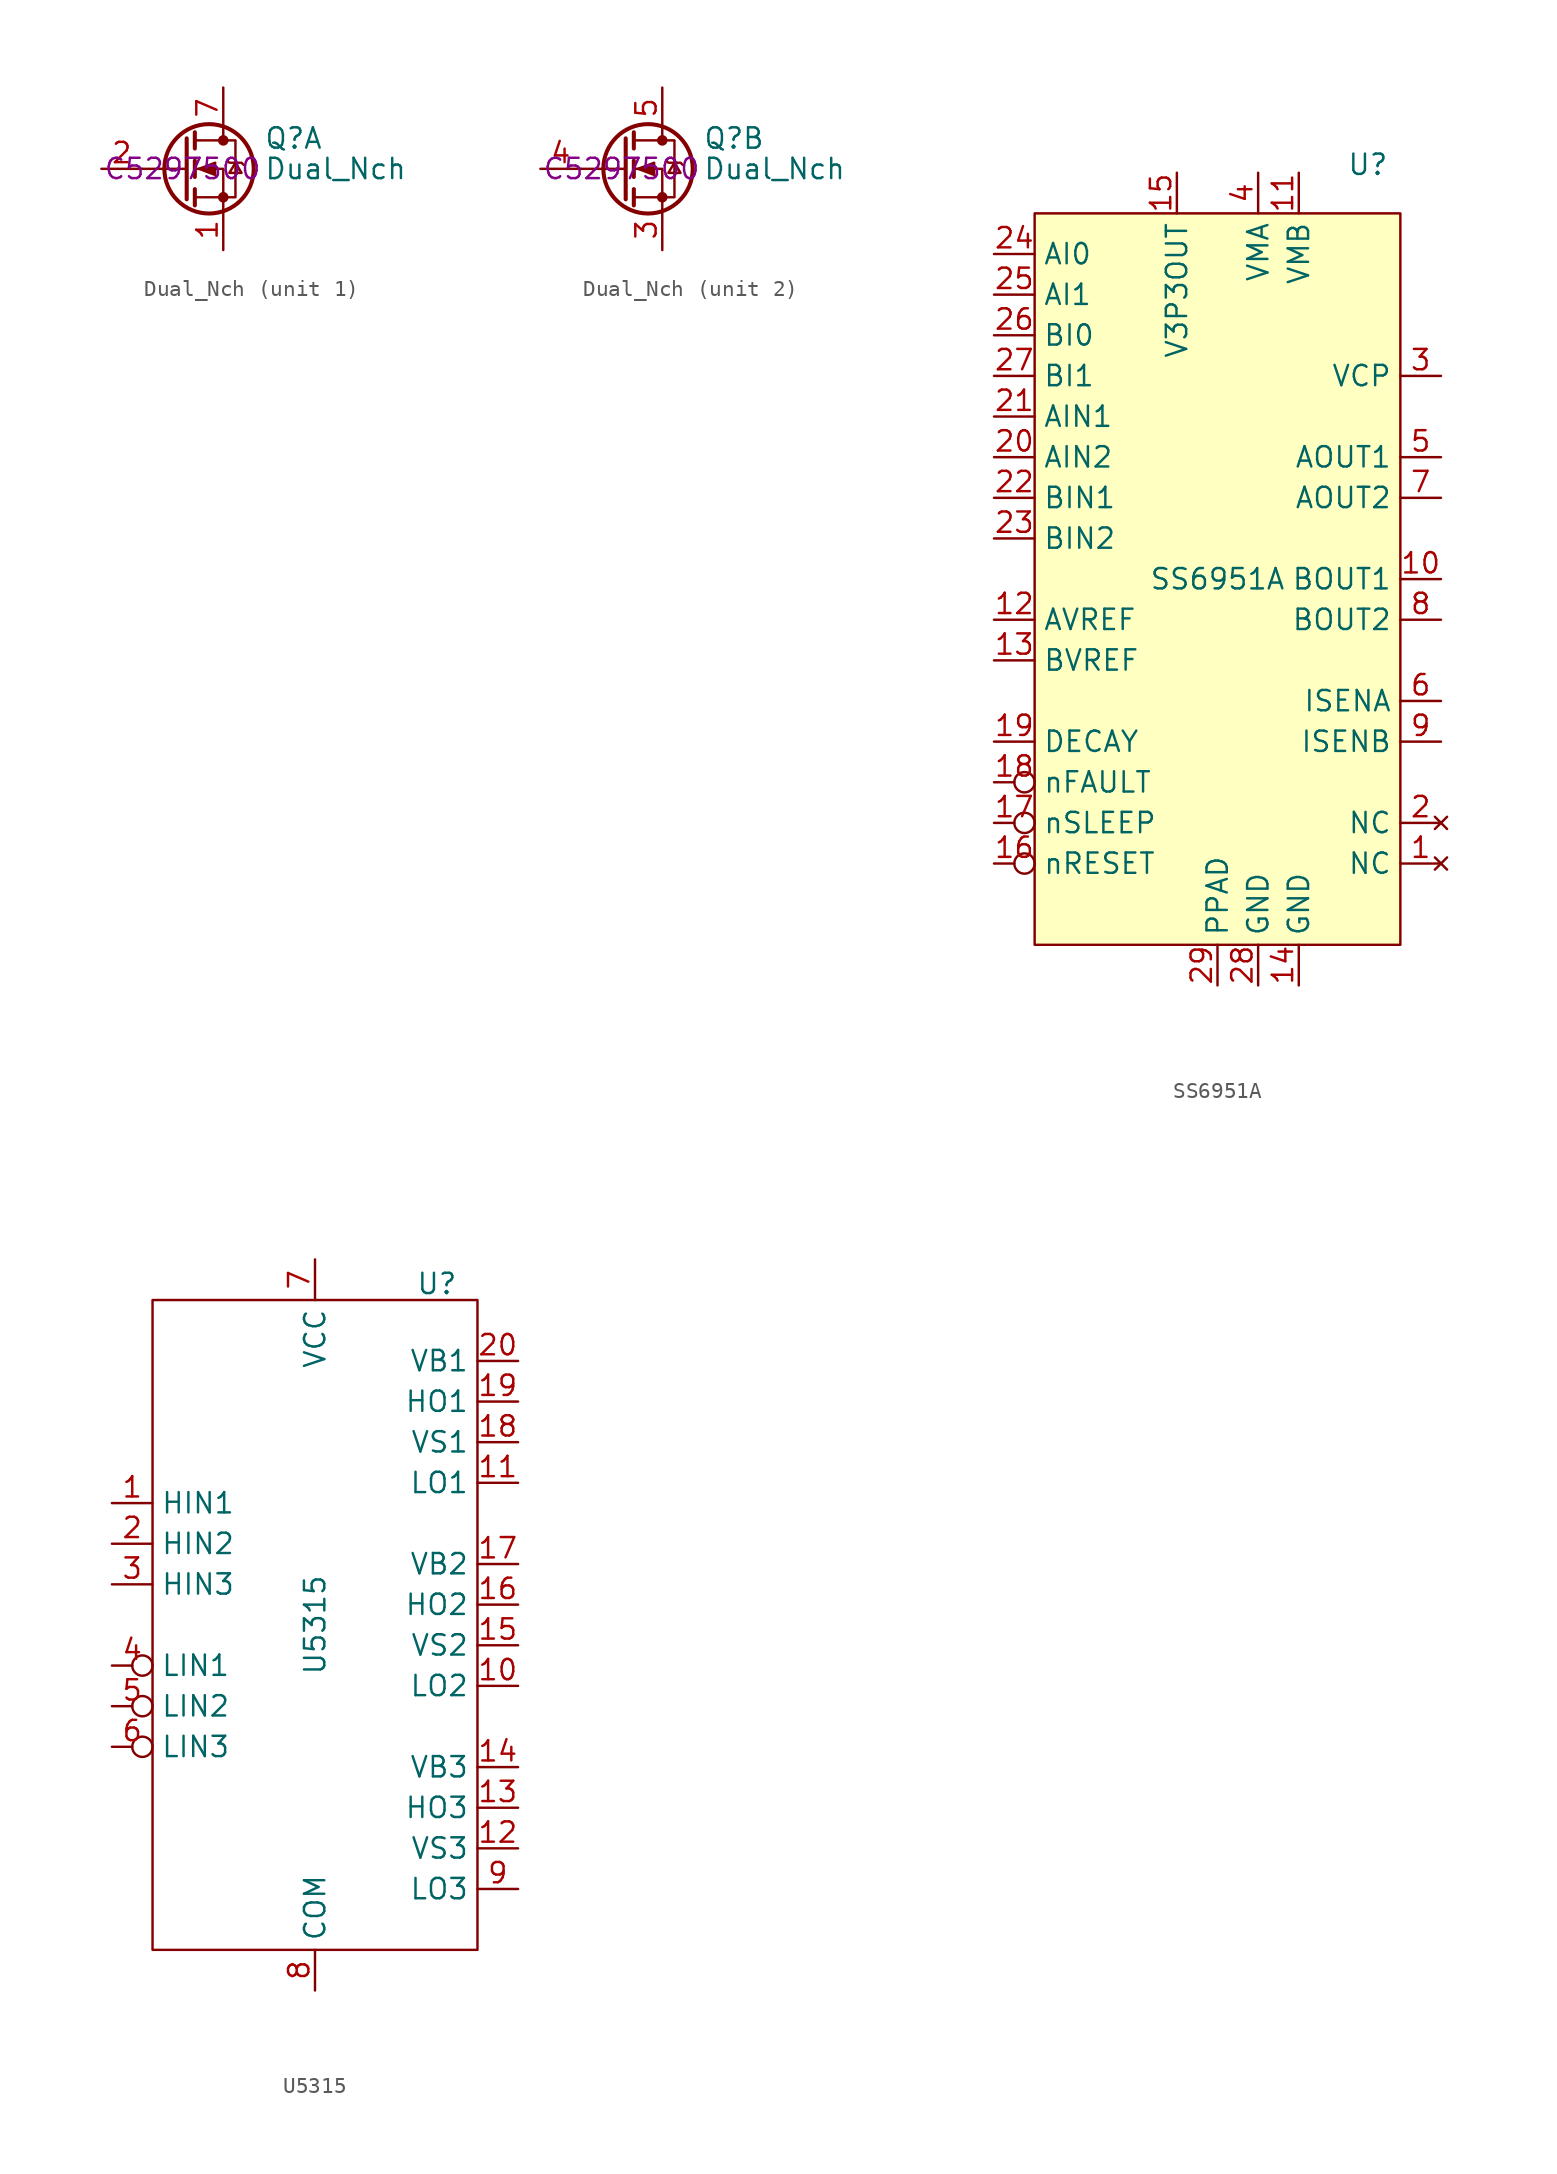
<source format=kicad_sym>
(kicad_symbol_lib
  (version 20231120)
  (generator "kicad_symbol_editor")
  (generator_version "8.0")
  (symbol "Dual_Nch"
    (pin_names hide)
    (property "Reference" "Q"
      (at 5.08 1.905 0)
      (effects (font (size 1.27 1.27)) (justify left)))
    (property "Value" "Dual_Nch"
      (at 5.08 0 0)
      (effects (font (size 1.27 1.27)) (justify left)))
    (property "LCSC" "C5297500"
      (at 0 0 0)
      (effects (font (size 1.27 1.27))))
    (symbol "Dual_Nch_0_1"
      (polyline (pts (xy 0.254 0) (xy -2.54 0)) (stroke (width 0) (type default)) (fill (type none)))
      (polyline (pts (xy 0.254 1.905) (xy 0.254 -1.905)) (stroke (width 0.254) (type default)) (fill (type none)))
      (polyline (pts (xy 0.762 -1.27) (xy 0.762 -2.286)) (stroke (width 0.254) (type default)) (fill (type none)))
      (polyline (pts (xy 0.762 0.508) (xy 0.762 -0.508)) (stroke (width 0.254) (type default)) (fill (type none)))
      (polyline (pts (xy 0.762 2.286) (xy 0.762 1.27)) (stroke (width 0.254) (type default)) (fill (type none)))
      (polyline (pts (xy 2.54 2.54) (xy 2.54 1.778)) (stroke (width 0) (type default)) (fill (type none)))
      (polyline (pts (xy 2.54 -2.54) (xy 2.54 0) (xy 0.762 0)) (stroke (width 0) (type default)) (fill (type none)))
      (polyline (pts (xy 0.762 -1.778) (xy 3.302 -1.778) (xy 3.302 1.778) (xy 0.762 1.778)) (stroke (width 0) (type default)) (fill (type none)))
      (polyline (pts (xy 1.016 0) (xy 2.032 0.381) (xy 2.032 -0.381) (xy 1.016 0)) (stroke (width 0) (type default)) (fill (type outline)))
      (polyline (pts (xy 2.794 0.508) (xy 2.921 0.381) (xy 3.683 0.381) (xy 3.81 0.254)) (stroke (width 0) (type default)) (fill (type none)))
      (polyline (pts (xy 3.302 0.381) (xy 2.921 -0.254) (xy 3.683 -0.254) (xy 3.302 0.381)) (stroke (width 0) (type default)) (fill (type none)))
      (circle (center 1.651 0) (radius 2.794) (stroke (width 0.254) (type default)) (fill (type none)))
      (circle (center 2.54 -1.778) (radius 0.254) (stroke (width 0) (type default)) (fill (type outline)))
      (circle (center 2.54 1.778) (radius 0.254) (stroke (width 0) (type default)) (fill (type outline))))
    (symbol "Dual_Nch_1_1"
      (pin passive line (at 2.54 -5.08 90) (length 2.54) (name "S1" (effects (font (size 1.27 1.27)))) (number "1" (effects (font (size 1.27 1.27)))))
      (pin passive line (at -5.08 0 0) (length 2.54) (name "G1" (effects (font (size 1.27 1.27)))) (number "2" (effects (font (size 1.27 1.27)))))
      (pin passive line (at 2.54 5.08 270) (length 2.54) (name "D1" (effects (font (size 1.27 1.27)))) (number "7" (effects (font (size 1.27 1.27))))))
    (symbol "Dual_Nch_2_1"
      (pin passive line (at 2.54 -5.08 90) (length 2.54) (name "S2" (effects (font (size 1.27 1.27)))) (number "3" (effects (font (size 1.27 1.27)))))
      (pin passive line (at -5.08 0 0) (length 2.54) (name "G2" (effects (font (size 1.27 1.27)))) (number "4" (effects (font (size 1.27 1.27)))))
      (pin passive line (at 2.54 5.08 270) (length 2.54) (name "D2" (effects (font (size 1.27 1.27)))) (number "5" (effects (font (size 1.27 1.27)))))))
  (symbol "SS6951A"
    (property "Reference" "U"
      (at 9.398 25.908 0)
      (effects (font (size 1.27 1.27))))
    (property "Value" "SS6951A"
      (at 0 0 0)
      (effects (font (size 1.27 1.27))))
    (symbol "SS6951A_1_1"
      (rectangle (start -11.43 22.86) (end 11.43 -22.86) (stroke (width 0) (type default)) (fill (type background)))
      (pin no_connect line (at 13.97 -17.78 180) (length 2.54) (name "NC" (effects (font (size 1.27 1.27)))) (number "1" (effects (font (size 1.27 1.27)))))
      (pin power_out line (at 13.97 0 180) (length 2.54) (name "BOUT1" (effects (font (size 1.27 1.27)))) (number "10" (effects (font (size 1.27 1.27)))))
      (pin power_in line (at 5.08 25.4 270) (length 2.54) (name "VMB" (effects (font (size 1.27 1.27)))) (number "11" (effects (font (size 1.27 1.27)))))
      (pin input line (at -13.97 -2.54 0) (length 2.54) (name "AVREF" (effects (font (size 1.27 1.27)))) (number "12" (effects (font (size 1.27 1.27)))))
      (pin input line (at -13.97 -5.08 0) (length 2.54) (name "BVREF" (effects (font (size 1.27 1.27)))) (number "13" (effects (font (size 1.27 1.27)))))
      (pin power_in line (at 5.08 -25.4 90) (length 2.54) (name "GND" (effects (font (size 1.27 1.27)))) (number "14" (effects (font (size 1.27 1.27)))))
      (pin power_out line (at -2.54 25.4 270) (length 2.54) (name "V3P3OUT" (effects (font (size 1.27 1.27)))) (number "15" (effects (font (size 1.27 1.27)))))
      (pin input inverted (at -13.97 -17.78 0) (length 2.54) (name "nRESET" (effects (font (size 1.27 1.27)))) (number "16" (effects (font (size 1.27 1.27)))))
      (pin input inverted (at -13.97 -15.24 0) (length 2.54) (name "nSLEEP" (effects (font (size 1.27 1.27)))) (number "17" (effects (font (size 1.27 1.27)))))
      (pin output inverted (at -13.97 -12.7 0) (length 2.54) (name "nFAULT" (effects (font (size 1.27 1.27)))) (number "18" (effects (font (size 1.27 1.27)))))
      (pin passive line (at -13.97 -10.16 0) (length 2.54) (name "DECAY" (effects (font (size 1.27 1.27)))) (number "19" (effects (font (size 1.27 1.27)))))
      (pin no_connect line (at 13.97 -15.24 180) (length 2.54) (name "NC" (effects (font (size 1.27 1.27)))) (number "2" (effects (font (size 1.27 1.27)))))
      (pin input line (at -13.97 7.62 0) (length 2.54) (name "AIN2" (effects (font (size 1.27 1.27)))) (number "20" (effects (font (size 1.27 1.27)))))
      (pin input line (at -13.97 10.16 0) (length 2.54) (name "AIN1" (effects (font (size 1.27 1.27)))) (number "21" (effects (font (size 1.27 1.27)))))
      (pin input line (at -13.97 5.08 0) (length 2.54) (name "BIN1" (effects (font (size 1.27 1.27)))) (number "22" (effects (font (size 1.27 1.27)))))
      (pin input line (at -13.97 2.54 0) (length 2.54) (name "BIN2" (effects (font (size 1.27 1.27)))) (number "23" (effects (font (size 1.27 1.27)))))
      (pin input line (at -13.97 20.32 0) (length 2.54) (name "AI0" (effects (font (size 1.27 1.27)))) (number "24" (effects (font (size 1.27 1.27)))))
      (pin input line (at -13.97 17.78 0) (length 2.54) (name "AI1" (effects (font (size 1.27 1.27)))) (number "25" (effects (font (size 1.27 1.27)))))
      (pin input line (at -13.97 15.24 0) (length 2.54) (name "BI0" (effects (font (size 1.27 1.27)))) (number "26" (effects (font (size 1.27 1.27)))))
      (pin input line (at -13.97 12.7 0) (length 2.54) (name "BI1" (effects (font (size 1.27 1.27)))) (number "27" (effects (font (size 1.27 1.27)))))
      (pin power_in line (at 2.54 -25.4 90) (length 2.54) (name "GND" (effects (font (size 1.27 1.27)))) (number "28" (effects (font (size 1.27 1.27)))))
      (pin power_in line (at 0 -25.4 90) (length 2.54) (name "PPAD" (effects (font (size 1.27 1.27)))) (number "29" (effects (font (size 1.27 1.27)))))
      (pin passive line (at 13.97 12.7 180) (length 2.54) (name "VCP" (effects (font (size 1.27 1.27)))) (number "3" (effects (font (size 1.27 1.27)))))
      (pin power_in line (at 2.54 25.4 270) (length 2.54) (name "VMA" (effects (font (size 1.27 1.27)))) (number "4" (effects (font (size 1.27 1.27)))))
      (pin power_out line (at 13.97 7.62 180) (length 2.54) (name "AOUT1" (effects (font (size 1.27 1.27)))) (number "5" (effects (font (size 1.27 1.27)))))
      (pin power_out line (at 13.97 -7.62 180) (length 2.54) (name "ISENA" (effects (font (size 1.27 1.27)))) (number "6" (effects (font (size 1.27 1.27)))))
      (pin power_out line (at 13.97 5.08 180) (length 2.54) (name "AOUT2" (effects (font (size 1.27 1.27)))) (number "7" (effects (font (size 1.27 1.27)))))
      (pin power_out line (at 13.97 -2.54 180) (length 2.54) (name "BOUT2" (effects (font (size 1.27 1.27)))) (number "8" (effects (font (size 1.27 1.27)))))
      (pin power_out line (at 13.97 -10.16 180) (length 2.54) (name "ISENB" (effects (font (size 1.27 1.27)))) (number "9" (effects (font (size 1.27 1.27)))))))
  (symbol "U5315"
    (property "Reference" "U"
      (at 7.62 21.336 0)
      (effects (font (size 1.27 1.27))))
    (property "Value" "U5315"
      (at 0 0 90)
      (effects (font (size 1.27 1.27))))
    (symbol "U5315_0_1"
      (rectangle (start -10.16 20.32) (end 10.16 -20.32) (stroke (width 0) (type default)) (fill (type none))))
    (symbol "U5315_1_1"
      (pin input line (at -12.7 7.62 0) (length 2.54) (name "HIN1" (effects (font (size 1.27 1.27)))) (number "1" (effects (font (size 1.27 1.27)))))
      (pin output line (at 12.7 -3.81 180) (length 2.54) (name "LO2" (effects (font (size 1.27 1.27)))) (number "10" (effects (font (size 1.27 1.27)))))
      (pin output line (at 12.7 8.89 180) (length 2.54) (name "LO1" (effects (font (size 1.27 1.27)))) (number "11" (effects (font (size 1.27 1.27)))))
      (pin output line (at 12.7 -13.97 180) (length 2.54) (name "VS3" (effects (font (size 1.27 1.27)))) (number "12" (effects (font (size 1.27 1.27)))))
      (pin output line (at 12.7 -11.43 180) (length 2.54) (name "HO3" (effects (font (size 1.27 1.27)))) (number "13" (effects (font (size 1.27 1.27)))))
      (pin output line (at 12.7 -8.89 180) (length 2.54) (name "VB3" (effects (font (size 1.27 1.27)))) (number "14" (effects (font (size 1.27 1.27)))))
      (pin output line (at 12.7 -1.27 180) (length 2.54) (name "VS2" (effects (font (size 1.27 1.27)))) (number "15" (effects (font (size 1.27 1.27)))))
      (pin output line (at 12.7 1.27 180) (length 2.54) (name "HO2" (effects (font (size 1.27 1.27)))) (number "16" (effects (font (size 1.27 1.27)))))
      (pin output line (at 12.7 3.81 180) (length 2.54) (name "VB2" (effects (font (size 1.27 1.27)))) (number "17" (effects (font (size 1.27 1.27)))))
      (pin output line (at 12.7 11.43 180) (length 2.54) (name "VS1" (effects (font (size 1.27 1.27)))) (number "18" (effects (font (size 1.27 1.27)))))
      (pin output line (at 12.7 13.97 180) (length 2.54) (name "HO1" (effects (font (size 1.27 1.27)))) (number "19" (effects (font (size 1.27 1.27)))))
      (pin input line (at -12.7 5.08 0) (length 2.54) (name "HIN2" (effects (font (size 1.27 1.27)))) (number "2" (effects (font (size 1.27 1.27)))))
      (pin output line (at 12.7 16.51 180) (length 2.54) (name "VB1" (effects (font (size 1.27 1.27)))) (number "20" (effects (font (size 1.27 1.27)))))
      (pin input line (at -12.7 2.54 0) (length 2.54) (name "HIN3" (effects (font (size 1.27 1.27)))) (number "3" (effects (font (size 1.27 1.27)))))
      (pin input inverted (at -12.7 -2.54 0) (length 2.54) (name "LIN1" (effects (font (size 1.27 1.27)))) (number "4" (effects (font (size 1.27 1.27)))))
      (pin input inverted (at -12.7 -5.08 0) (length 2.54) (name "LIN2" (effects (font (size 1.27 1.27)))) (number "5" (effects (font (size 1.27 1.27)))))
      (pin input inverted (at -12.7 -7.62 0) (length 2.54) (name "LIN3" (effects (font (size 1.27 1.27)))) (number "6" (effects (font (size 1.27 1.27)))))
      (pin power_in line (at 0 22.86 270) (length 2.54) (name "VCC" (effects (font (size 1.27 1.27)))) (number "7" (effects (font (size 1.27 1.27)))))
      (pin power_in line (at 0 -22.86 90) (length 2.54) (name "COM" (effects (font (size 1.27 1.27)))) (number "8" (effects (font (size 1.27 1.27)))))
      (pin output line (at 12.7 -16.51 180) (length 2.54) (name "LO3" (effects (font (size 1.27 1.27)))) (number "9" (effects (font (size 1.27 1.27))))))))
</source>
